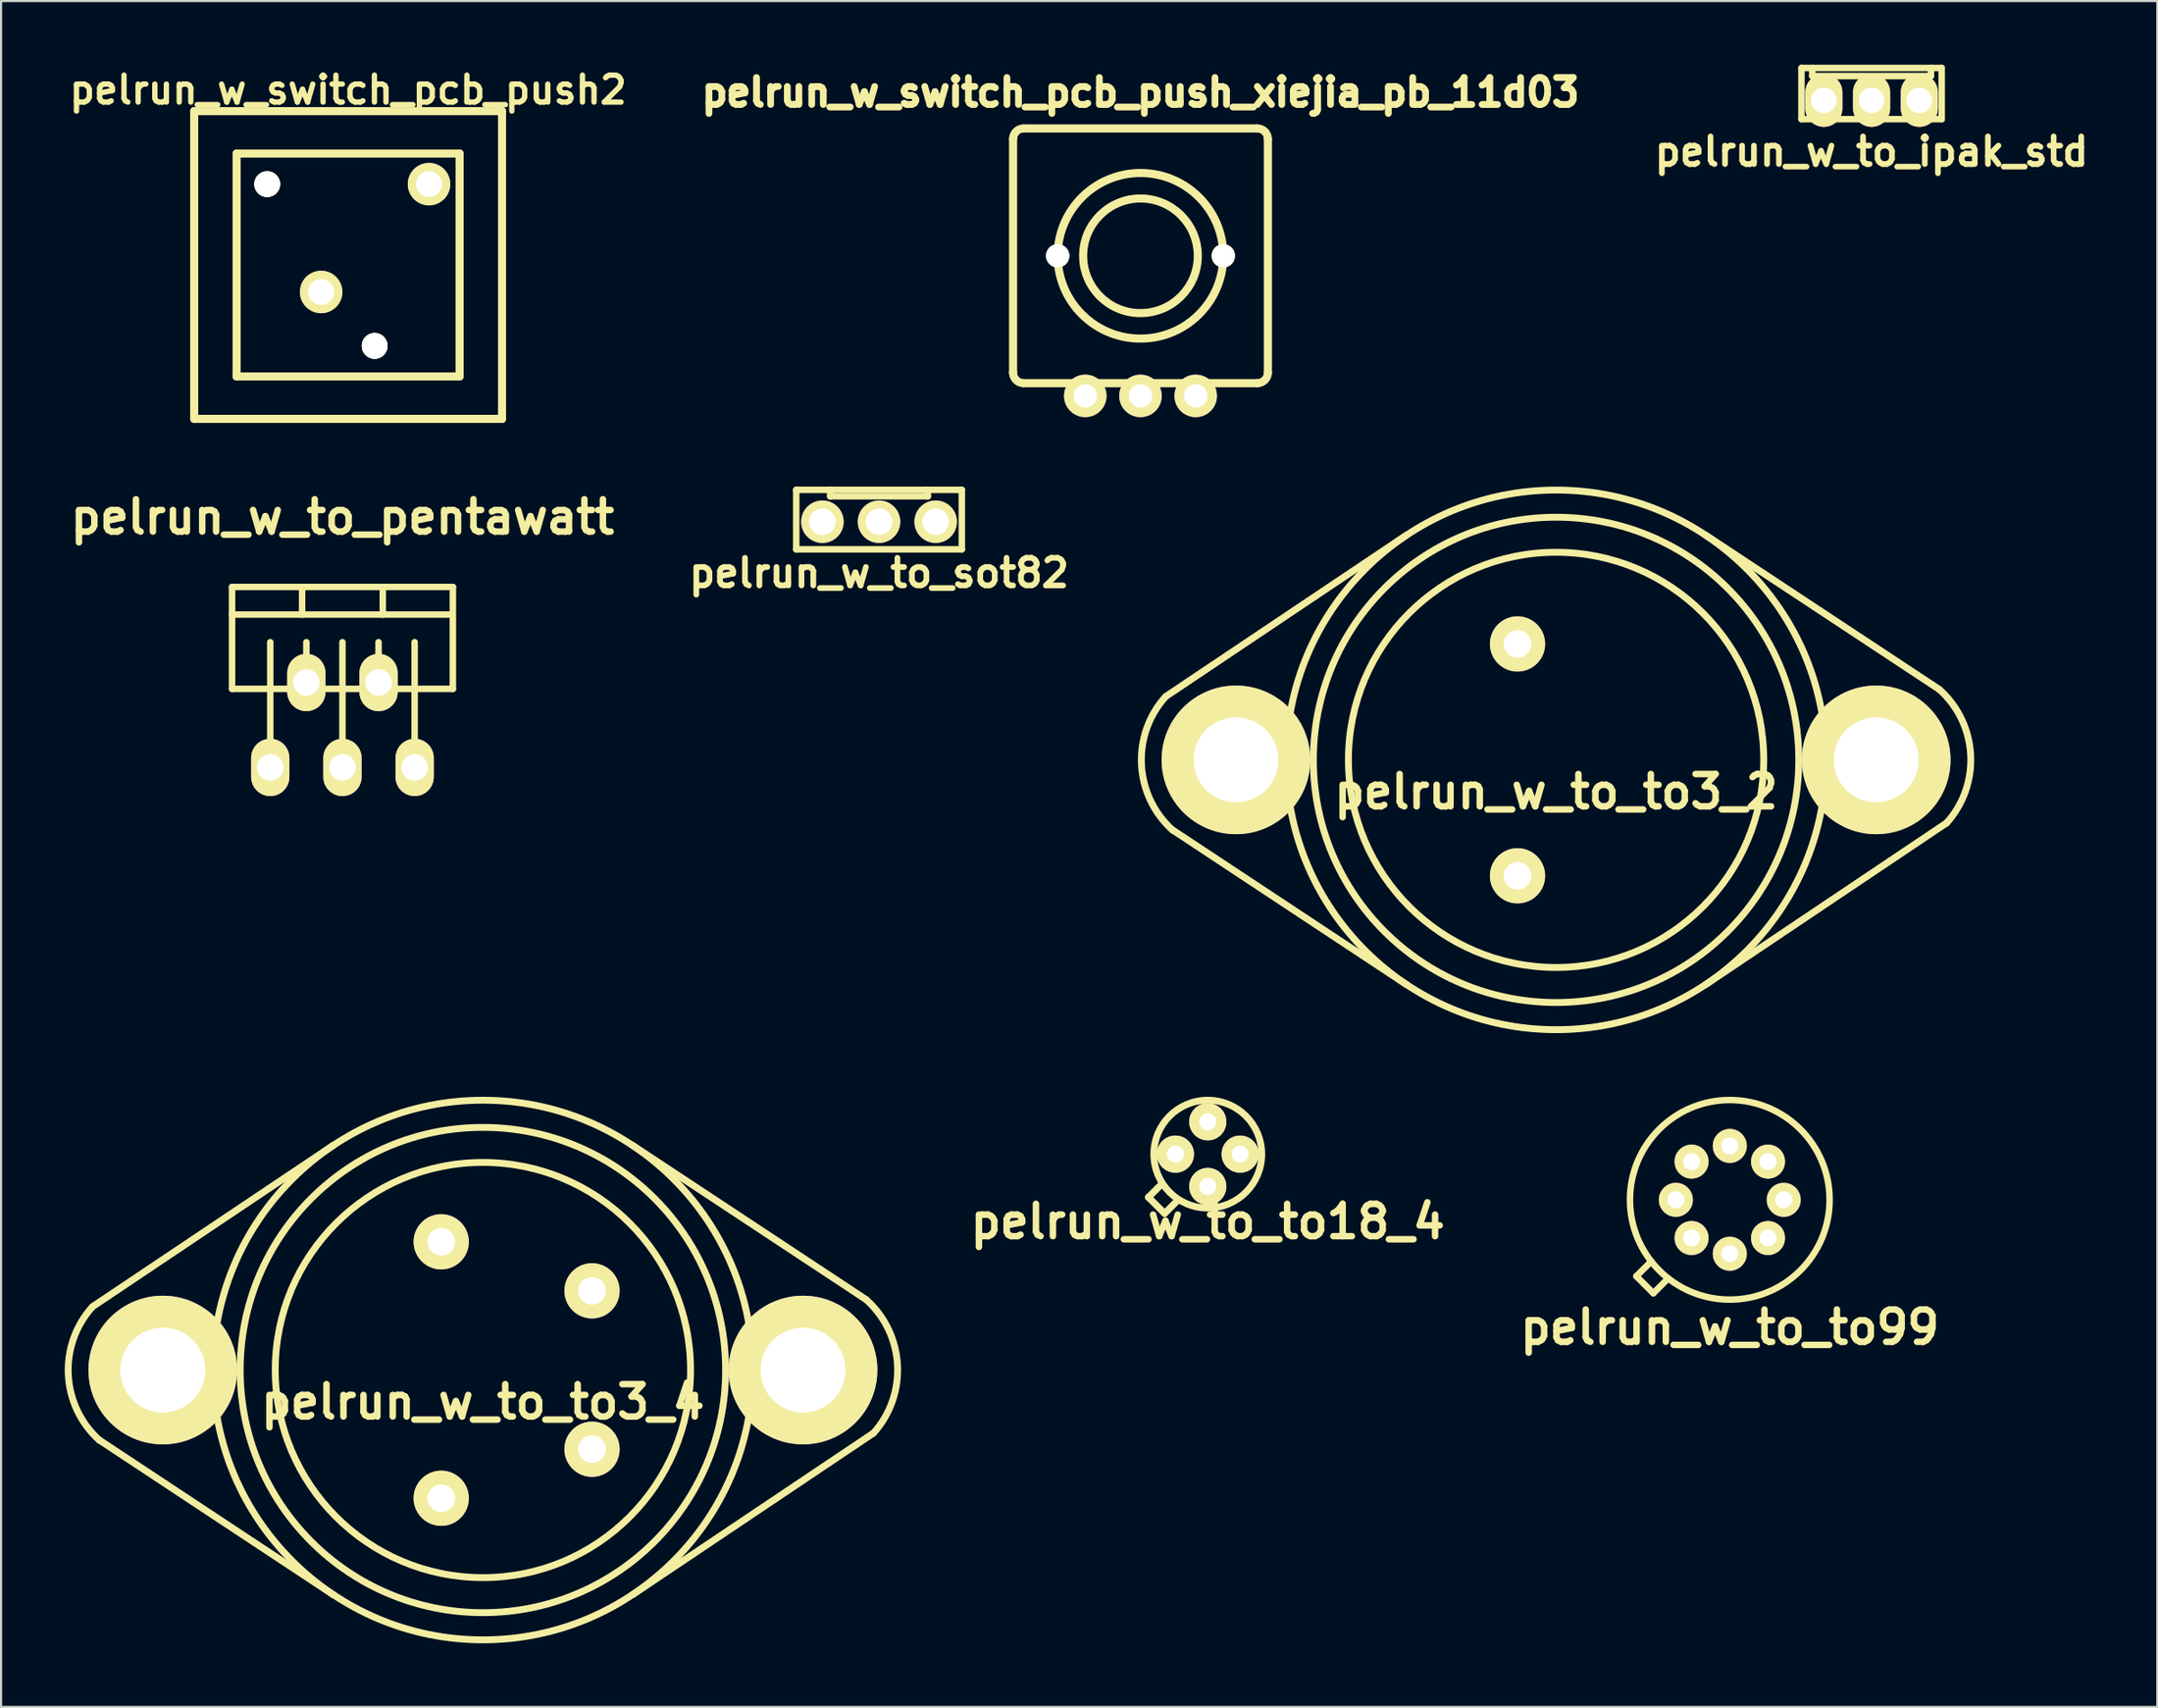
<source format=kicad_pcb>
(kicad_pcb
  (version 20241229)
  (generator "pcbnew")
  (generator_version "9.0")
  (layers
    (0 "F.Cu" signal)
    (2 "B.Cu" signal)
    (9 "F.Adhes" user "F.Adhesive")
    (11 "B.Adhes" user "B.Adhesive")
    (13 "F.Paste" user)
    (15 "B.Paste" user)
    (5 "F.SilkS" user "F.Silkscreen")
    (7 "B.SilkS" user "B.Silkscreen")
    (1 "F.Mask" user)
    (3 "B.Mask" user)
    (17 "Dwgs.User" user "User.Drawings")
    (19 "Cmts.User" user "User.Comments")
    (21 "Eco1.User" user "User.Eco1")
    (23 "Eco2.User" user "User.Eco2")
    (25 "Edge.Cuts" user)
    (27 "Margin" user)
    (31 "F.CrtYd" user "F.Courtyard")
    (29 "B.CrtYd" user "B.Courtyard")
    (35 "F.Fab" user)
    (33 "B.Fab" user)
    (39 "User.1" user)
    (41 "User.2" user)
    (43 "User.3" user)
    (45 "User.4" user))
  (footprint "pelrun_w_to_to99"
    (layer "F.Cu")
    (at 78.41 53.47)
    (property "Reference" "pelrun_w_to_to99" (at 0 6 0) (layer "F.SilkS") (effects (font (size 1.524 1.524) (thickness 0.305))))
    (attr through_hole)
    (fp_line (start -4.4 3.6) (end -3.6 4.4) (stroke (width 0.305) (type solid)) (layer "F.SilkS"))
    (fp_line (start -3.7 2.9) (end -4.4 3.6) (stroke (width 0.305) (type solid)) (layer "F.SilkS"))
    (fp_line (start -3.6 4.4) (end -2.9 3.7) (stroke (width 0.305) (type solid)) (layer "F.SilkS"))
    (fp_circle (center 0 0) (end -4.7 -0.1) (stroke (width 0.305) (type solid)) (fill no) (layer "F.SilkS"))
    (pad "1" thru_hole circle (at 0 2.54) (size 1.6 1.6) (drill 0.8) (layers "*.Cu" "*.Mask" "F.SilkS"))
    (pad "2" thru_hole circle (at 1.8 1.8) (size 1.6 1.6) (drill 0.8) (layers "*.Cu" "*.Mask" "F.SilkS"))
    (pad "3" thru_hole circle (at 2.54 0) (size 1.6 1.6) (drill 0.8) (layers "*.Cu" "*.Mask" "F.SilkS"))
    (pad "4" thru_hole circle (at 1.8 -1.8) (size 1.6 1.6) (drill 0.8) (layers "*.Cu" "*.Mask" "F.SilkS"))
    (pad "5" thru_hole circle (at 0 -2.54) (size 1.6 1.6) (drill 0.8) (layers "*.Cu" "*.Mask" "F.SilkS"))
    (pad "6" thru_hole circle (at -1.8 -1.8) (size 1.6 1.6) (drill 0.8) (layers "*.Cu" "*.Mask" "F.SilkS"))
    (pad "7" thru_hole circle (at -2.54 0) (size 1.6 1.6) (drill 0.8) (layers "*.Cu" "*.Mask" "F.SilkS"))
    (pad "8" thru_hole circle (at -1.8 1.8) (size 1.6 1.6) (drill 0.8) (layers "*.Cu" "*.Mask" "F.SilkS")))
  (footprint "pelrun_w_to_sot82"
    (layer "F.Cu")
    (at 38.346 21.527)
    (property "Reference" "pelrun_w_to_sot82" (at 0 2.413 0) (layer "F.SilkS") (effects (font (size 1.3 1.3) (thickness 0.269))))
    (attr through_hole)
    (fp_line (start -3.899 -1.501) (end -3.899 1.3) (stroke (width 0.305) (type solid)) (layer "F.SilkS"))
    (fp_line (start -3.899 1.3) (end 3.899 1.3) (stroke (width 0.305) (type solid)) (layer "F.SilkS"))
    (fp_line (start -2.301 -1.501) (end -2.301 -1.199) (stroke (width 0.305) (type solid)) (layer "F.SilkS"))
    (fp_line (start -2.301 -1.199) (end 2.301 -1.199) (stroke (width 0.305) (type solid)) (layer "F.SilkS"))
    (fp_line (start 2.301 -1.199) (end 2.301 -1.501) (stroke (width 0.305) (type solid)) (layer "F.SilkS"))
    (fp_line (start 3.899 -1.501) (end -3.899 -1.501) (stroke (width 0.305) (type solid)) (layer "F.SilkS"))
    (fp_line (start 3.899 1.3) (end 3.899 -1.501) (stroke (width 0.305) (type solid)) (layer "F.SilkS"))
    (pad "1" thru_hole circle (at 2.667 0) (size 1.999 1.999) (drill 1.25) (layers "*.Cu" "*.Mask" "F.SilkS"))
    (pad "2" thru_hole circle (at 0 0) (size 1.999 1.999) (drill 1.25) (layers "*.Cu" "*.Mask" "F.SilkS"))
    (pad "3" thru_hole circle (at -2.667 0) (size 1.999 1.999) (drill 1.25) (layers "*.Cu" "*.Mask" "F.SilkS")))
  (footprint "pelrun_w_switch_pcb_push2"
    (layer "F.Cu")
    (at 13.343 9.434)
    (property "Reference" "pelrun_w_switch_pcb_push2" (at 0 -8.25 0) (layer "F.SilkS") (effects (font (size 1.27 1.27) (thickness 0.251))))
    (attr through_hole)
    (fp_line (start -7.249 7.249) (end -7.249 -7.249) (stroke (width 0.381) (type solid)) (layer "F.SilkS"))
    (fp_line (start -7.249 7.249) (end 7.249 7.249) (stroke (width 0.381) (type solid)) (layer "F.SilkS"))
    (fp_line (start -5.25 -5.25) (end 5.25 -5.25) (stroke (width 0.381) (type solid)) (layer "F.SilkS"))
    (fp_line (start -5.25 5.25) (end -5.25 -5.25) (stroke (width 0.381) (type solid)) (layer "F.SilkS"))
    (fp_line (start 5.25 -5.25) (end 5.25 5.25) (stroke (width 0.381) (type solid)) (layer "F.SilkS"))
    (fp_line (start 5.25 5.25) (end -5.25 5.25) (stroke (width 0.381) (type solid)) (layer "F.SilkS"))
    (fp_line (start 7.249 -7.249) (end -7.249 -7.249) (stroke (width 0.381) (type solid)) (layer "F.SilkS"))
    (fp_line (start 7.249 7.249) (end 7.249 -7.249) (stroke (width 0.381) (type solid)) (layer "F.SilkS"))
    (pad "" thru_hole circle (at -3.81 -3.81) (size 1.219 1.219) (drill 1.219) (layers "*.Cu" "*.Mask" "F.SilkS"))
    (pad "" thru_hole circle (at 1.25 3.81) (size 1.219 1.219) (drill 1.219) (layers "*.Cu" "*.Mask" "F.SilkS"))
    (pad "1" thru_hole circle (at 3.81 -3.81) (size 1.999 1.999) (drill 1.219) (layers "*.Cu" "*.Mask" "F.SilkS"))
    (pad "2" thru_hole circle (at -1.27 1.27) (size 1.999 1.999) (drill 1.219) (layers "*.Cu" "*.Mask" "F.SilkS")))
  (footprint "pelrun_w_to_to3_2"
    (layer "F.Cu")
    (at 70.229 32.745)
    (property "Reference" "pelrun_w_to_to3_2" (at 0 1.5 0) (layer "F.SilkS") (effects (font (size 1.524 1.524) (thickness 0.305))))
    (attr through_hole)
    (fp_line (start -18.364 -2.997) (end -7.036 -10.592) (stroke (width 0.323) (type solid)) (layer "F.SilkS"))
    (fp_line (start -18.059 3.302) (end -7.036 10.592) (stroke (width 0.323) (type solid)) (layer "F.SilkS"))
    (fp_line (start 18.034 -3.327) (end 7.036 -10.592) (stroke (width 0.323) (type solid)) (layer "F.SilkS"))
    (fp_line (start 18.39 2.972) (end 7.036 10.592) (stroke (width 0.323) (type solid)) (layer "F.SilkS"))
    (fp_arc (start -18.05432 3.31216) (mid -19.523719 0.235283) (end -18.38706 -2.97942) (stroke (width 0.32258) (type solid)) (layer "F.SilkS"))
    (fp_arc (start 18.05432 -3.31216) (mid 19.523719 -0.235283) (end 18.38706 2.97942) (stroke (width 0.32258) (type solid)) (layer "F.SilkS"))
    (fp_circle (center 0 0) (end -12.7 0.508) (stroke (width 0.323) (type solid)) (fill no) (layer "F.SilkS"))
    (fp_circle (center 0 0) (end -11.43 0) (stroke (width 0.323) (type solid)) (fill no) (layer "F.SilkS"))
    (fp_circle (center 0 0) (end -9.779 0) (stroke (width 0.323) (type solid)) (fill no) (layer "F.SilkS"))
    (pad "1" thru_hole circle (at -1.816 -5.461) (size 2.6 2.6) (drill 1.3) (layers "*.Cu" "*.Mask" "F.SilkS"))
    (pad "2" thru_hole circle (at -1.816 5.461) (size 2.6 2.6) (drill 1.3) (layers "*.Cu" "*.Mask" "F.SilkS"))
    (pad "3" thru_hole circle (at -15.075 0) (size 7 7) (drill 4) (layers "*.Cu" "*.Mask" "F.SilkS"))
    (pad "3" thru_hole circle (at 15.075 0) (size 7 7) (drill 4) (layers "*.Cu" "*.Mask" "F.SilkS")))
  (footprint "pelrun_w_to_to3_4"
    (layer "F.Cu")
    (at 19.691 61.488)
    (property "Reference" "pelrun_w_to_to3_4" (at 0 1.5 0) (layer "F.SilkS") (effects (font (size 1.524 1.524) (thickness 0.305))))
    (attr through_hole)
    (fp_line (start -18.364 -2.997) (end -7.036 -10.592) (stroke (width 0.323) (type solid)) (layer "F.SilkS"))
    (fp_line (start -18.059 3.302) (end -7.036 10.592) (stroke (width 0.323) (type solid)) (layer "F.SilkS"))
    (fp_line (start 18.034 -3.327) (end 7.036 -10.592) (stroke (width 0.323) (type solid)) (layer "F.SilkS"))
    (fp_line (start 18.39 2.972) (end 7.036 10.592) (stroke (width 0.323) (type solid)) (layer "F.SilkS"))
    (fp_arc (start -18.05432 3.31216) (mid -19.523719 0.235283) (end -18.38706 -2.97942) (stroke (width 0.32258) (type solid)) (layer "F.SilkS"))
    (fp_arc (start 18.05432 -3.31216) (mid 19.523719 -0.235283) (end 18.38706 2.97942) (stroke (width 0.32258) (type solid)) (layer "F.SilkS"))
    (fp_circle (center 0 0) (end -12.7 0.508) (stroke (width 0.323) (type solid)) (fill no) (layer "F.SilkS"))
    (fp_circle (center 0 0) (end -11.43 0) (stroke (width 0.323) (type solid)) (fill no) (layer "F.SilkS"))
    (fp_circle (center 0 0) (end -9.779 0) (stroke (width 0.323) (type solid)) (fill no) (layer "F.SilkS"))
    (pad "1" thru_hole circle (at -1.963 6.04) (size 2.6 2.6) (drill 1.3) (layers "*.Cu" "*.Mask" "F.SilkS"))
    (pad "2" thru_hole circle (at 5.138 3.731) (size 2.6 2.6) (drill 1.3) (layers "*.Cu" "*.Mask" "F.SilkS"))
    (pad "3" thru_hole circle (at 5.138 -3.731) (size 2.6 2.6) (drill 1.3) (layers "*.Cu" "*.Mask" "F.SilkS"))
    (pad "4" thru_hole circle (at -1.963 -6.04) (size 2.6 2.6) (drill 1.3) (layers "*.Cu" "*.Mask" "F.SilkS"))
    (pad "5" thru_hole circle (at -15.075 0) (size 7 7) (drill 4) (layers "*.Cu" "*.Mask" "F.SilkS"))
    (pad "5" thru_hole circle (at 15.075 0) (size 7 7) (drill 4) (layers "*.Cu" "*.Mask" "F.SilkS")))
  (footprint "pelrun_w_switch_pcb_push_xiejia_pb_11d03"
    (layer "F.Cu")
    (at 50.658 9)
    (property "Reference" "pelrun_w_switch_pcb_push_xiejia_pb_11d03" (at 0 -7.7 0) (layer "F.SilkS") (effects (font (size 1.27 1.27) (thickness 0.318))))
    (attr through_hole)
    (fp_line (start -6 5.5) (end -6 -5.5) (stroke (width 0.381) (type solid)) (layer "F.SilkS"))
    (fp_line (start -5.5 -6) (end 5.5 -6) (stroke (width 0.381) (type solid)) (layer "F.SilkS"))
    (fp_line (start 5.5 6) (end -5.5 6) (stroke (width 0.381) (type solid)) (layer "F.SilkS"))
    (fp_line (start 6 -5.5) (end 6 5.5) (stroke (width 0.381) (type solid)) (layer "F.SilkS"))
    (fp_arc (start -6 -5.5) (mid -5.853553 -5.853553) (end -5.5 -6) (stroke (width 0.381) (type solid)) (layer "F.SilkS"))
    (fp_arc (start -5.5 6) (mid -5.853553 5.853553) (end -6 5.5) (stroke (width 0.381) (type solid)) (layer "F.SilkS"))
    (fp_arc (start 5.5 -6) (mid 5.853553 -5.853553) (end 6 -5.5) (stroke (width 0.381) (type solid)) (layer "F.SilkS"))
    (fp_arc (start 6 5.5) (mid 5.853553 5.853553) (end 5.5 6) (stroke (width 0.381) (type solid)) (layer "F.SilkS"))
    (fp_circle (center 0 0) (end 2.7 0) (stroke (width 0.381) (type solid)) (fill no) (layer "F.SilkS"))
    (fp_circle (center 0 0) (end 3.9 0) (stroke (width 0.381) (type solid)) (fill no) (layer "F.SilkS"))
    (pad "" np_thru_hole circle (at -3.9 0) (size 1.1 1.1) (drill 1.1) (layers "*.Cu" "*.Mask" "F.SilkS"))
    (pad "" np_thru_hole circle (at 3.9 0) (size 1.1 1.1) (drill 1.1) (layers "*.Cu" "*.Mask" "F.SilkS"))
    (pad "1" thru_hole circle (at 0 6.6) (size 2 2) (drill 1.1) (layers "*.Cu" "*.Mask" "F.SilkS"))
    (pad "2" thru_hole circle (at 2.6 6.6) (size 2 2) (drill 1.1) (layers "*.Cu" "*.Mask" "F.SilkS"))
    (pad "3" thru_hole circle (at -2.6 6.6) (size 2 2) (drill 1.1) (layers "*.Cu" "*.Mask" "F.SilkS")))
  (footprint "pelrun_w_to_pentawatt"
    (layer "F.Cu")
    (at 13.077 29.101)
    (property "Reference" "pelrun_w_to_pentawatt" (at 0 -7.8 0) (layer "F.SilkS") (effects (font (size 1.524 1.524) (thickness 0.305))))
    (attr through_hole)
    (fp_line (start -5.2 -4.5) (end 5.2 -4.5) (stroke (width 0.305) (type solid)) (layer "F.SilkS"))
    (fp_line (start -5.2 -3.2) (end 5.1 -3.2) (stroke (width 0.305) (type solid)) (layer "F.SilkS"))
    (fp_line (start -5.2 0.3) (end -5.2 -4.5) (stroke (width 0.305) (type solid)) (layer "F.SilkS"))
    (fp_line (start -3.4 -1.9) (end -3.4 4) (stroke (width 0.305) (type solid)) (layer "F.SilkS"))
    (fp_line (start -1.9 -3.2) (end -1.9 -4.5) (stroke (width 0.305) (type solid)) (layer "F.SilkS"))
    (fp_line (start -1.7 -1.9) (end -1.7 0) (stroke (width 0.305) (type solid)) (layer "F.SilkS"))
    (fp_line (start 0 -1.9) (end 0 4) (stroke (width 0.305) (type solid)) (layer "F.SilkS"))
    (fp_line (start 1.7 -1.9) (end 1.7 0) (stroke (width 0.305) (type solid)) (layer "F.SilkS"))
    (fp_line (start 1.9 -4.5) (end 1.9 -3.2) (stroke (width 0.305) (type solid)) (layer "F.SilkS"))
    (fp_line (start 3.4 -1.9) (end 3.4 4) (stroke (width 0.305) (type solid)) (layer "F.SilkS"))
    (fp_line (start 5.2 -4.5) (end 5.2 0.3) (stroke (width 0.305) (type solid)) (layer "F.SilkS"))
    (fp_line (start 5.2 0.3) (end -5.2 0.3) (stroke (width 0.305) (type solid)) (layer "F.SilkS"))
    (pad "1" thru_hole oval (at 3.4 4) (size 1.801 2.7) (drill 1.25) (layers "*.Cu" "*.Mask" "F.SilkS"))
    (pad "2" thru_hole oval (at 1.7 0) (size 1.801 2.7) (drill 1.25) (layers "*.Cu" "*.Mask" "F.SilkS"))
    (pad "3" thru_hole oval (at 0 4) (size 1.801 2.7) (drill 1.25) (layers "*.Cu" "*.Mask" "F.SilkS"))
    (pad "4" thru_hole oval (at -1.7 0) (size 1.801 2.7) (drill 1.25) (layers "*.Cu" "*.Mask" "F.SilkS"))
    (pad "5" thru_hole oval (at -3.4 4) (size 1.801 2.7) (drill 1.25) (layers "*.Cu" "*.Mask" "F.SilkS")))
  (footprint "pelrun_w_to_ipak_std"
    (layer "F.Cu")
    (at 85.087 1.676)
    (property "Reference" "pelrun_w_to_ipak_std" (at 0 2.413 0) (layer "F.SilkS") (effects (font (size 1.3 1.3) (thickness 0.267))))
    (attr through_hole)
    (fp_line (start -3.302 -1.524) (end 3.302 -1.524) (stroke (width 0.305) (type solid)) (layer "F.SilkS"))
    (fp_line (start -3.302 0.889) (end -3.302 -1.524) (stroke (width 0.305) (type solid)) (layer "F.SilkS"))
    (fp_line (start -2.794 -1.524) (end -2.794 -1.143) (stroke (width 0.305) (type solid)) (layer "F.SilkS"))
    (fp_line (start -2.794 -1.143) (end 2.794 -1.143) (stroke (width 0.305) (type solid)) (layer "F.SilkS"))
    (fp_line (start 2.794 -1.143) (end 2.794 -1.524) (stroke (width 0.305) (type solid)) (layer "F.SilkS"))
    (fp_line (start 3.302 -1.524) (end 3.302 0.889) (stroke (width 0.305) (type solid)) (layer "F.SilkS"))
    (fp_line (start 3.302 0.889) (end -3.302 0.889) (stroke (width 0.305) (type solid)) (layer "F.SilkS"))
    (pad "1" thru_hole oval (at 2.248 0) (size 1.748 2.499) (drill 1.199) (layers "*.Cu" "*.Mask" "F.SilkS"))
    (pad "2" thru_hole oval (at 0 0) (size 1.748 2.499) (drill 1.199) (layers "*.Cu" "*.Mask" "F.SilkS"))
    (pad "3" thru_hole oval (at -2.248 0) (size 1.748 2.499) (drill 1.199) (layers "*.Cu" "*.Mask" "F.SilkS")))
  (footprint "pelrun_w_to_to18_4"
    (layer "F.Cu")
    (at 53.827 51.318)
    (property "Reference" "pelrun_w_to_to18_4" (at 0 3.175 0) (layer "F.SilkS") (effects (font (size 1.524 1.524) (thickness 0.305))))
    (attr through_hole)
    (fp_line (start -2.794 2.032) (end -2.032 2.794) (stroke (width 0.323) (type solid)) (layer "F.SilkS"))
    (fp_line (start -2.159 1.397) (end -2.794 2.032) (stroke (width 0.323) (type solid)) (layer "F.SilkS"))
    (fp_line (start -2.032 2.794) (end -1.397 2.159) (stroke (width 0.323) (type solid)) (layer "F.SilkS"))
    (fp_circle (center 0 0) (end -2.54 0) (stroke (width 0.323) (type solid)) (fill no) (layer "F.SilkS"))
    (pad "1" thru_hole circle (at 1.524 0) (size 1.75 1.75) (drill 0.8) (layers "*.Cu" "*.Mask" "F.SilkS"))
    (pad "2" thru_hole circle (at 0 -1.524) (size 1.75 1.75) (drill 0.8) (layers "*.Cu" "*.Mask" "F.SilkS"))
    (pad "3" thru_hole circle (at -1.524 0) (size 1.75 1.75) (drill 0.8) (layers "*.Cu" "*.Mask" "F.SilkS"))
    (pad "4" thru_hole circle (at 0 1.524) (size 1.75 1.75) (drill 0.8) (layers "*.Cu" "*.Mask" "F.SilkS")))
  (gr_rect
    (start -3 -3)
    (end 98.544 77.36)
    (stroke (width 0.1) (type default))
    (fill no)
    (layer "Edge.Cuts")))
</source>
